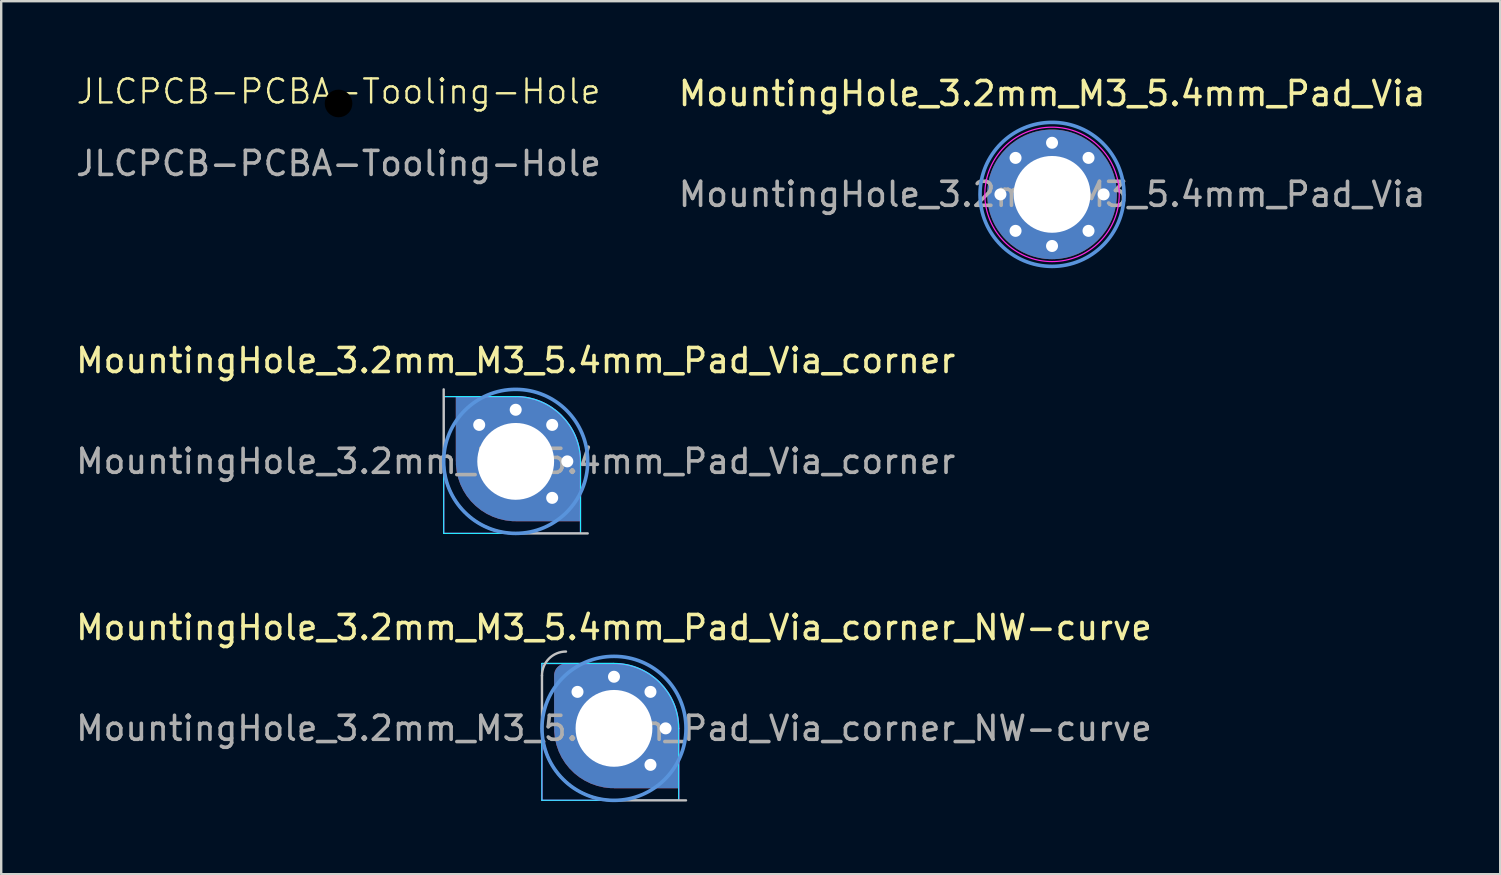
<source format=kicad_pcb>
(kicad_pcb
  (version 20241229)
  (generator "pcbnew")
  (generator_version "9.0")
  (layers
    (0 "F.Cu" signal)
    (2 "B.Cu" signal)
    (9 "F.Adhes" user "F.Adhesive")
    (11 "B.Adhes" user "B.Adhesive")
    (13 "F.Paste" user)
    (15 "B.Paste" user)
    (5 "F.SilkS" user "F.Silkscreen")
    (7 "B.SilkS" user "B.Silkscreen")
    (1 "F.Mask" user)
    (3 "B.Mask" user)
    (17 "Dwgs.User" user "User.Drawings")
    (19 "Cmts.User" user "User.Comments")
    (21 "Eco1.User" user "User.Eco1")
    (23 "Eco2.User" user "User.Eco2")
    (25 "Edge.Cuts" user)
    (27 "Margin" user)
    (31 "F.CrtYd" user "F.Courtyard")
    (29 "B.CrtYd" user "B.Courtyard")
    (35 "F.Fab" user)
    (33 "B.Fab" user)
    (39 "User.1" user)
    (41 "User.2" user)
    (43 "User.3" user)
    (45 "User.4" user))
  (footprint "MountingHole_3.2mm_M3_5.4mm_Pad_Via"
    (layer "F.Cu")
    (at 40.78 5.048)
    (property "Reference" "MountingHole_3.2mm_M3_5.4mm_Pad_Via" (at 0 -4.2 0) (layer "F.SilkS") (effects (font (size 1 1) (thickness 0.15))))
    (attr through_hole board_only exclude_from_pos_files exclude_from_bom)
    (fp_circle (center 0 0) (end 3 0) (stroke (width 0.15) (type solid)) (fill no) (layer "Cmts.User"))
    (fp_circle (center 0 0) (end 2.8 0) (stroke (width 0.05) (type solid)) (fill no) (layer "F.CrtYd"))
    (fp_text user "${REFERENCE}" (at 0 0 0) (layer "F.Fab") (effects (font (size 1 1) (thickness 0.15))))
    (pad "1" thru_hole circle (at -2.15 0) (size 0.6 0.6) (drill 0.5) (layers "*.Cu" "*.Mask"))
    (pad "1" thru_hole circle (at -1.52 -1.52) (size 0.6 0.6) (drill 0.5) (layers "*.Cu" "*.Mask"))
    (pad "1" thru_hole circle (at -1.52 1.52) (size 0.6 0.6) (drill 0.5) (layers "*.Cu" "*.Mask"))
    (pad "1" thru_hole circle (at 0 -2.15) (size 0.6 0.6) (drill 0.5) (layers "*.Cu" "*.Mask"))
    (pad "1" thru_hole circle (at 0 0) (size 5.4 5.4) (drill 3.2) (layers "*.Cu" "*.Mask"))
    (pad "1" thru_hole circle (at 0 2.15) (size 0.6 0.6) (drill 0.5) (layers "*.Cu" "*.Mask"))
    (pad "1" thru_hole circle (at 1.52 -1.52) (size 0.6 0.6) (drill 0.5) (layers "*.Cu" "*.Mask"))
    (pad "1" thru_hole circle (at 1.52 1.52) (size 0.6 0.6) (drill 0.5) (layers "*.Cu" "*.Mask"))
    (pad "1" thru_hole circle (at 2.15 0) (size 0.6 0.6) (drill 0.5) (layers "*.Cu" "*.Mask")))
  (footprint "MountingHole_3.2mm_M3_5.4mm_Pad_Via_corner"
    (layer "F.Cu")
    (at 18.435 16.172)
    (property "Reference" "MountingHole_3.2mm_M3_5.4mm_Pad_Via_corner" (at 0 -4.2 0) (layer "F.SilkS") (effects (font (size 1 1) (thickness 0.15))))
    (attr through_hole board_only exclude_from_pos_files exclude_from_bom)
    (fp_poly (pts (xy -3 -2.7) (xy -0.005 -2.705) (xy 0 0) (xy 2.7 0) (xy 2.7 3) (xy -3 3)) (stroke (width 0) (type solid)) (fill yes) (layer "F.Mask"))
    (fp_poly (pts (xy -3 -2.7) (xy -0.005 -2.705) (xy 0 0) (xy 2.7 0) (xy 2.7 3) (xy -3 3)) (stroke (width 0) (type solid)) (fill yes) (layer "B.Mask"))
    (fp_line (start -3 0) (end -3 -3) (stroke (width 0.1) (type default)) (layer "Dwgs.User"))
    (fp_line (start 0 3) (end 3 3) (stroke (width 0.1) (type default)) (layer "Dwgs.User"))
    (fp_arc (start 0 3) (mid -2.12132 2.12132) (end -3 0) (stroke (width 0.1) (type default)) (layer "Dwgs.User"))
    (fp_circle (center 0 0) (end 3 0) (stroke (width 0.15) (type solid)) (fill no) (layer "Cmts.User"))
    (fp_line (start -3 -2.7) (end -3 3) (stroke (width 0.05) (type default)) (layer "B.CrtYd"))
    (fp_line (start -3 3) (end 2.7 3) (stroke (width 0.05) (type default)) (layer "B.CrtYd"))
    (fp_line (start 0 -2.7) (end -3 -2.7) (stroke (width 0.05) (type default)) (layer "B.CrtYd"))
    (fp_line (start 2.7 3) (end 2.7 0) (stroke (width 0.05) (type default)) (layer "B.CrtYd"))
    (fp_arc (start 0 -2.7) (mid 1.909189 -1.909189) (end 2.7 0) (stroke (width 0.05) (type default)) (layer "B.CrtYd"))
    (fp_line (start -3 -2.7) (end -3 3) (stroke (width 0.05) (type default)) (layer "F.CrtYd"))
    (fp_line (start -3 3) (end 2.7 3) (stroke (width 0.05) (type default)) (layer "F.CrtYd"))
    (fp_line (start 0 -2.7) (end -3 -2.7) (stroke (width 0.05) (type default)) (layer "F.CrtYd"))
    (fp_line (start 2.7 3) (end 2.7 0) (stroke (width 0.05) (type default)) (layer "F.CrtYd"))
    (fp_arc (start 0 -2.7) (mid 1.909189 -1.909189) (end 2.7 0) (stroke (width 0.05) (type default)) (layer "F.CrtYd"))
    (fp_text user "${REFERENCE}" (at 0 0 0) (layer "F.Fab") (effects (font (size 1 1) (thickness 0.15))))
    (pad "1" thru_hole circle (at -1.52 -1.52) (size 0.6 0.6) (drill 0.5) (layers "*.Cu" "*.Mask"))
    (pad "1" thru_hole circle (at 0 -2.15) (size 0.6 0.6) (drill 0.5) (layers "*.Cu" "*.Mask"))
    (pad "1" thru_hole custom (at 0 0) (size 4.99 5) (drill 3.2) (layers "*.Cu" "*.Mask") (options (anchor circle)) (primitives (gr_poly (pts (arc (start 2.7 0) (mid 1.909188 -1.909188) (end 0 -2.7)) (xy -2.495 -2.7) (xy -2.495 0) (xy 0 2.495) (xy 2.7 2.495)) (width 0) (fill yes))))
    (pad "1" thru_hole circle (at 1.52 -1.52) (size 0.6 0.6) (drill 0.5) (layers "*.Cu" "*.Mask"))
    (pad "1" thru_hole circle (at 1.52 1.52) (size 0.6 0.6) (drill 0.5) (layers "*.Cu" "*.Mask"))
    (pad "1" thru_hole circle (at 2.15 0) (size 0.6 0.6) (drill 0.5) (layers "*.Cu" "*.Mask")))
  (footprint "MountingHole_3.2mm_M3_5.4mm_Pad_Via_corner_NW-curve"
    (layer "F.Cu")
    (at 22.53 27.295)
    (property "Reference" "MountingHole_3.2mm_M3_5.4mm_Pad_Via_corner_NW-curve" (at 0 -4.2 0) (layer "F.SilkS") (effects (font (size 1 1) (thickness 0.15))))
    (attr through_hole board_only exclude_from_pos_files exclude_from_bom)
    (fp_poly (pts (xy -3 -2.7) (xy -0.005 -2.705) (xy 0 0) (xy 2.7 0) (xy 2.7 3) (xy -3 3)) (stroke (width 0) (type solid)) (fill yes) (layer "F.Mask"))
    (fp_poly (pts (xy -3 -2.7) (xy -0.005 -2.705) (xy 0 0) (xy 2.7 0) (xy 2.7 3) (xy -3 3)) (stroke (width 0) (type solid)) (fill yes) (layer "B.Mask"))
    (fp_line (start -3 0) (end -3 -2.2) (stroke (width 0.1) (type default)) (layer "Dwgs.User"))
    (fp_line (start 0 3) (end 3 3) (stroke (width 0.1) (type default)) (layer "Dwgs.User"))
    (fp_arc (start -3 -2.199999) (mid -2.707107 -2.907106) (end -2 -3.199999) (stroke (width 0.1) (type default)) (layer "Dwgs.User"))
    (fp_arc (start 0 3) (mid -2.12132 2.12132) (end -3 0) (stroke (width 0.1) (type default)) (layer "Dwgs.User"))
    (fp_circle (center 0 0) (end 3 0) (stroke (width 0.15) (type solid)) (fill no) (layer "Cmts.User"))
    (fp_line (start -3.005 -2.705) (end -3.005 2.995) (stroke (width 0.05) (type default)) (layer "B.CrtYd"))
    (fp_line (start -3.005 2.995) (end 2.695 2.995) (stroke (width 0.05) (type default)) (layer "B.CrtYd"))
    (fp_line (start -0.005 -2.705) (end -3.005 -2.705) (stroke (width 0.05) (type default)) (layer "B.CrtYd"))
    (fp_line (start 2.695 2.995) (end 2.695 -0.005) (stroke (width 0.05) (type default)) (layer "B.CrtYd"))
    (fp_arc (start -0.005076 -2.705076) (mid 1.904112 -1.914264) (end 2.694924 -0.005076) (stroke (width 0.05) (type default)) (layer "B.CrtYd"))
    (fp_line (start -3 -2.7) (end -3 3) (stroke (width 0.05) (type default)) (layer "F.CrtYd"))
    (fp_line (start -3 3) (end 2.7 3) (stroke (width 0.05) (type default)) (layer "F.CrtYd"))
    (fp_line (start 0 -2.7) (end -3 -2.7) (stroke (width 0.05) (type default)) (layer "F.CrtYd"))
    (fp_line (start 2.7 3) (end 2.7 0) (stroke (width 0.05) (type default)) (layer "F.CrtYd"))
    (fp_arc (start 0 -2.7) (mid 1.909188 -1.909188) (end 2.7 0) (stroke (width 0.05) (type default)) (layer "F.CrtYd"))
    (fp_text user "${REFERENCE}" (at 0 0 0) (layer "F.Fab") (effects (font (size 1 1) (thickness 0.15))))
    (pad "1" thru_hole circle (at -1.52 -1.52) (size 0.6 0.6) (drill 0.5) (layers "*.Cu" "*.Mask"))
    (pad "1" thru_hole circle (at 0 -2.15) (size 0.6 0.6) (drill 0.5) (layers "*.Cu" "*.Mask"))
    (pad "1" thru_hole custom (at 0 0) (size 4.99 5) (drill 3.2) (layers "*.Cu" "*.Mask") (options (anchor circle)) (primitives (gr_poly (pts (arc (start -1.995 -2.7) (mid -2.348553 -2.553553) (end -2.495 -2.2)) (xy -2.495 0) (xy 0 2.495) (xy 2.7 2.495) (xy 2.7 0) (xy 2.698 -0.163) (xy 2.658 -0.487) (xy 2.58 -0.804) (xy 2.464 -1.109) (xy 2.313 -1.398) (xy 2.127 -1.667) (xy 1.911 -1.911) (xy 1.667 -2.127) (xy 1.398 -2.313) (xy 1.109 -2.464) (xy 0.804 -2.58) (xy 0.487 -2.658) (xy 0.163 -2.698) (xy 0 -2.7)) (width 0) (fill yes))))
    (pad "1" thru_hole circle (at 1.52 -1.52) (size 0.6 0.6) (drill 0.5) (layers "*.Cu" "*.Mask"))
    (pad "1" thru_hole circle (at 1.52 1.52) (size 0.6 0.6) (drill 0.5) (layers "*.Cu" "*.Mask"))
    (pad "1" thru_hole circle (at 2.15 0) (size 0.6 0.6) (drill 0.5) (layers "*.Cu" "*.Mask")))
  (footprint "JLCPCB-PCBA-Tooling-Hole"
    (layer "F.Cu")
    (at 11.054 1.26)
    (property "Reference" "JLCPCB-PCBA-Tooling-Hole" (at 0 -0.5 0) (unlocked yes) (layer "F.SilkS") (effects (font (size 1 1) (thickness 0.1))))
    (attr through_hole)
    (fp_text user "${REFERENCE}" (at 0 2.5 0) (unlocked yes) (layer "F.Fab") (effects (font (size 1 1) (thickness 0.15))))
    (pad "" np_thru_hole circle (at 0 0) (size 1.3 1.3) (drill 1.152) (layers "*.Mask")))
  (gr_rect
    (start -3 -3)
    (end 59.452 33.37)
    (stroke (width 0.1) (type default))
    (fill no)
    (layer "Edge.Cuts")))
</source>
